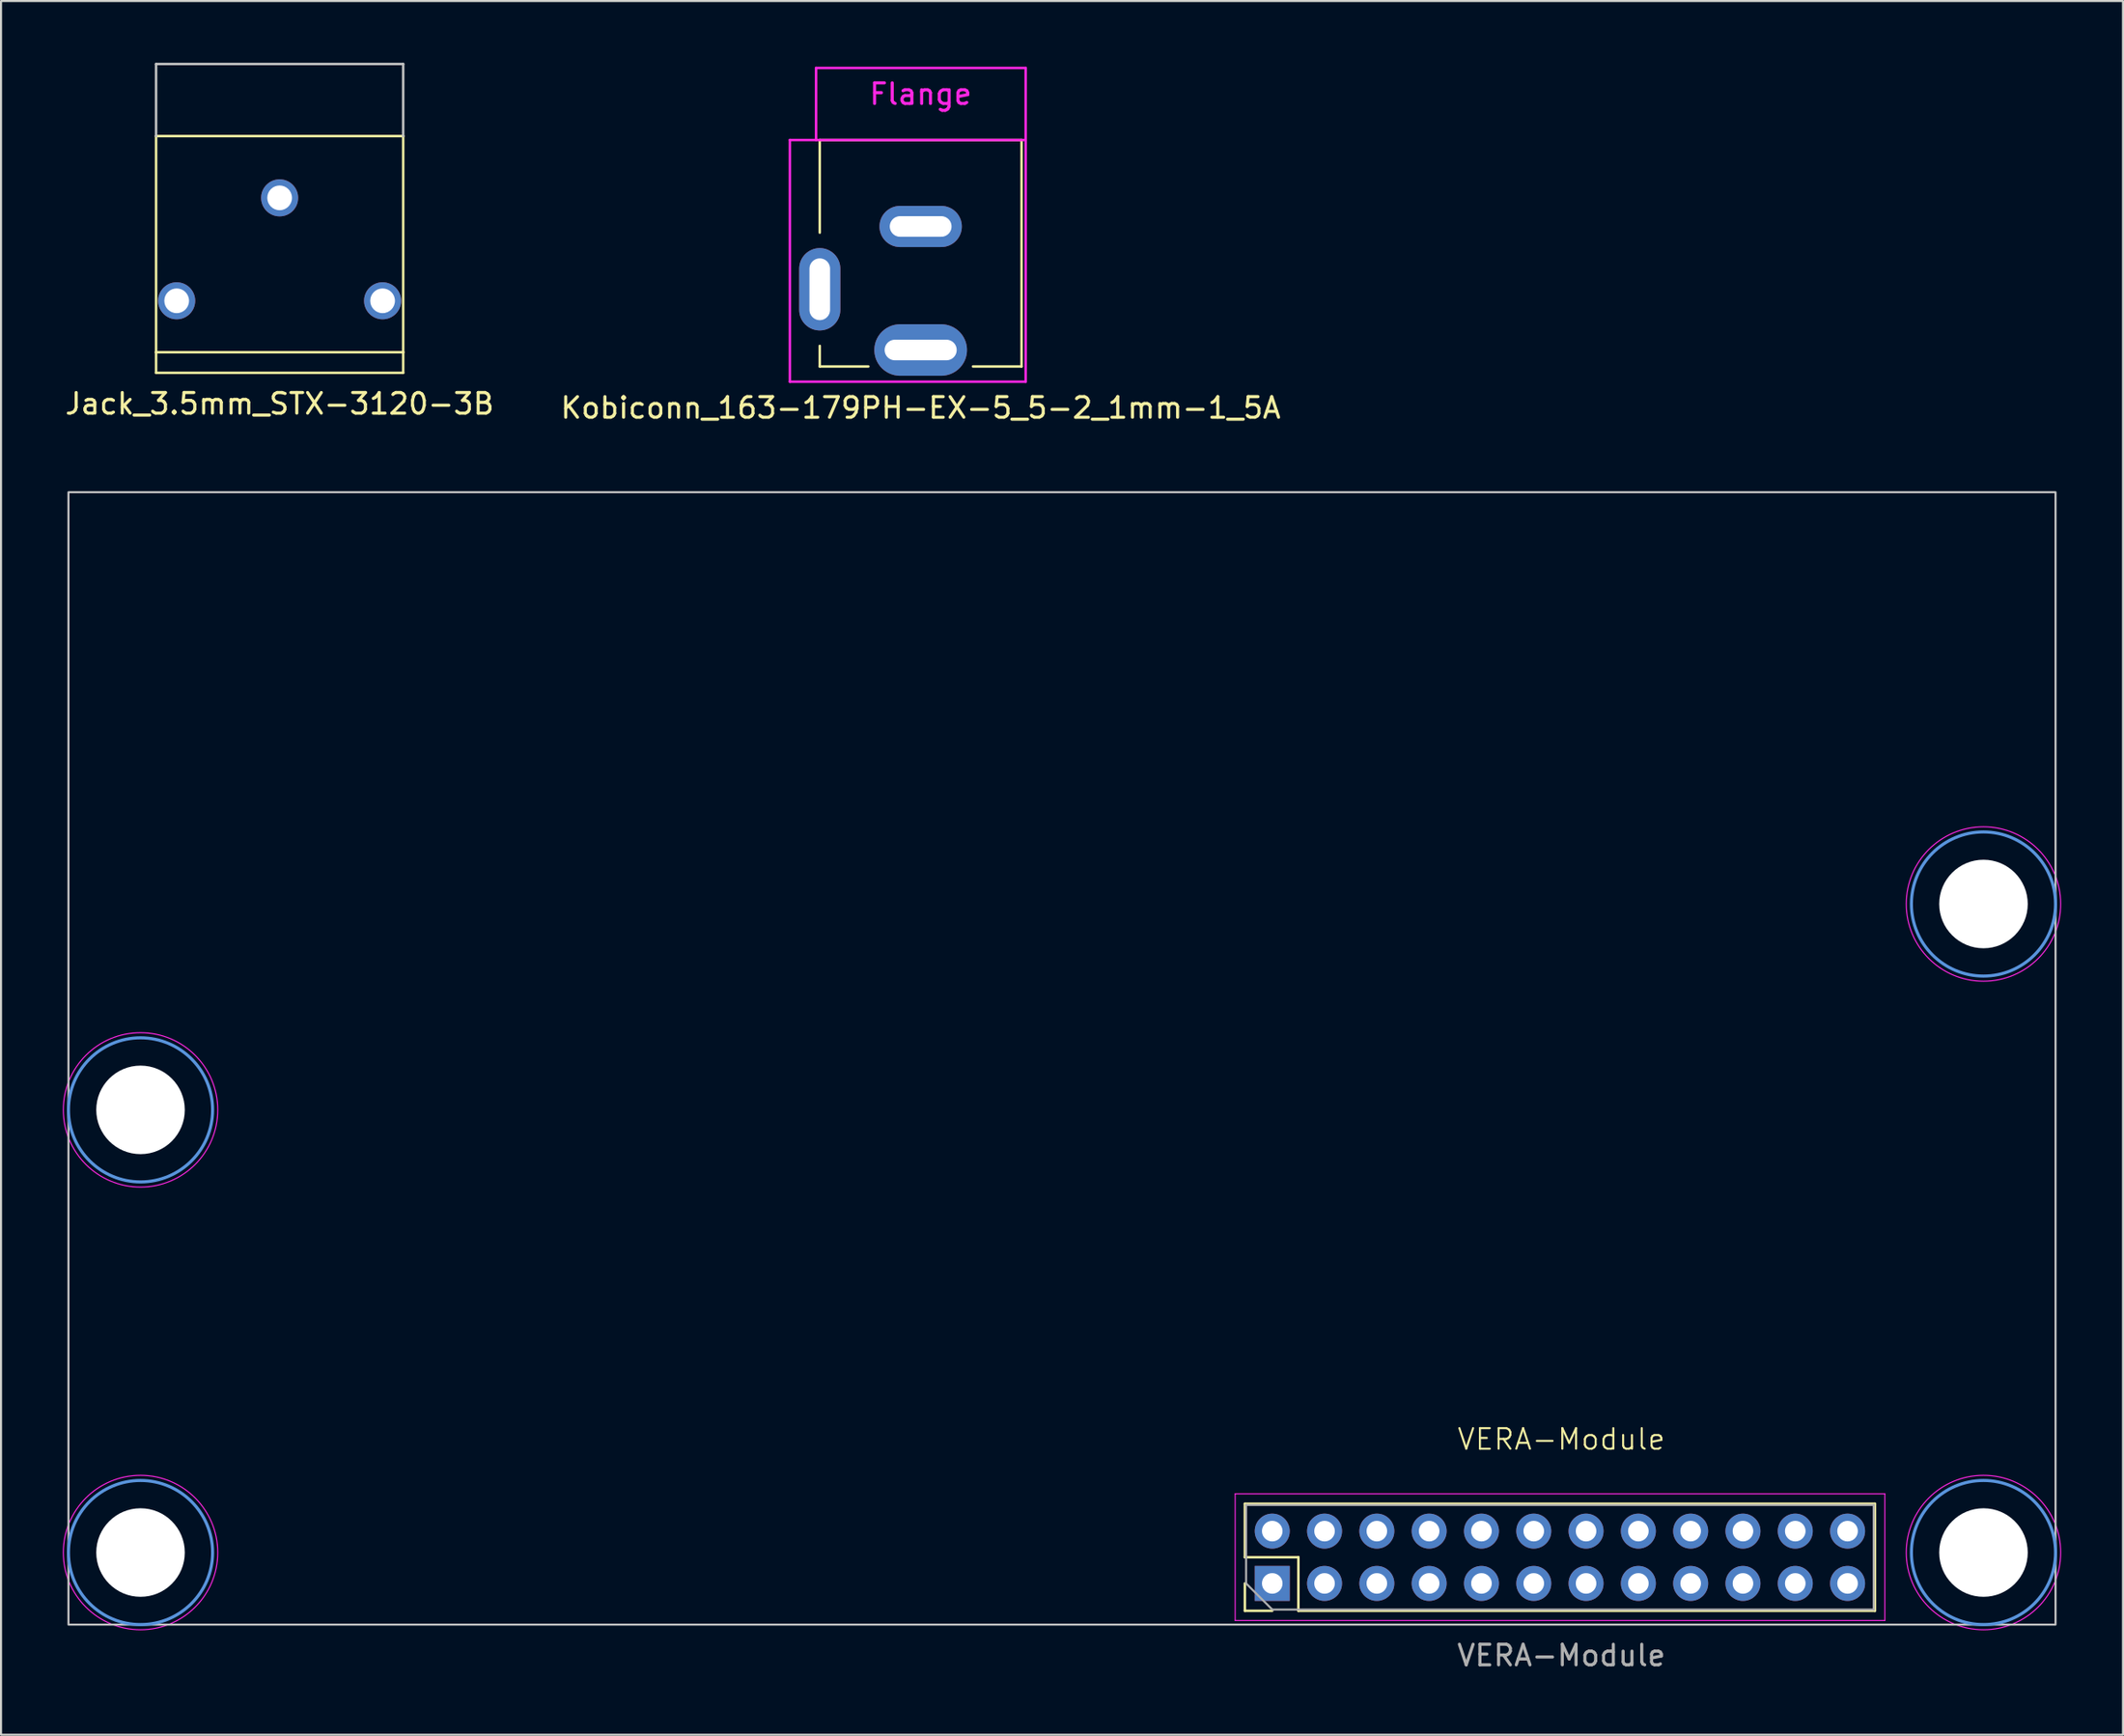
<source format=kicad_pcb>
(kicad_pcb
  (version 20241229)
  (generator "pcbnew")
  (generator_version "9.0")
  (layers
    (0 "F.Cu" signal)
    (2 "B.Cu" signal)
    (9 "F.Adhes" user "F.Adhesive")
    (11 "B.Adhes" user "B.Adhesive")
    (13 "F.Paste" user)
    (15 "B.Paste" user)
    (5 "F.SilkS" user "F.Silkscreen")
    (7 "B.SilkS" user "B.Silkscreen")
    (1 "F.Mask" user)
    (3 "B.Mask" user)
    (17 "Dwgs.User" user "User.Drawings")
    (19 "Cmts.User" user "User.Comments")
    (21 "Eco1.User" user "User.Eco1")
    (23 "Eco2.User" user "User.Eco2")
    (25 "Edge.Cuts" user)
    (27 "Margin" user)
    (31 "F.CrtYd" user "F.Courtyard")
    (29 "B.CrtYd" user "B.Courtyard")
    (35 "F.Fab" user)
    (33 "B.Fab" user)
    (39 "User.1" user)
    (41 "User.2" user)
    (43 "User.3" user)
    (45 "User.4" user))
  (footprint "Kobiconn_163-179PH-EX-5_5-2_1mm-1_5A"
    (layer "F.Cu")
    (at 41.661 0.25)
    (property "Reference" "Kobiconn_163-179PH-EX-5_5-2_1mm-1_5A" (at 0 16.51 0) (layer "F.SilkS") (effects (font (size 1 1) (thickness 0.15))))
    (attr through_hole)
    (fp_line (start -4.9 3.5) (end -4.9 8) (stroke (width 0.12) (type solid)) (layer "F.SilkS"))
    (fp_line (start -4.9 13.5) (end -4.9 14.5) (stroke (width 0.12) (type solid)) (layer "F.SilkS"))
    (fp_line (start -4.9 14.5) (end -2.54 14.5) (stroke (width 0.12) (type solid)) (layer "F.SilkS"))
    (fp_line (start 4.9 3.5) (end -4.9 3.5) (stroke (width 0.12) (type solid)) (layer "F.SilkS"))
    (fp_line (start 4.9 14.5) (end 2.54 14.5) (stroke (width 0.12) (type solid)) (layer "F.SilkS"))
    (fp_line (start 4.9 14.5) (end 4.9 3.5) (stroke (width 0.12) (type solid)) (layer "F.SilkS"))
    (fp_line (start -6.35 3.5) (end -6.35 15.24) (stroke (width 0.12) (type solid)) (layer "F.CrtYd"))
    (fp_line (start -6.35 15.24) (end 5.1 15.24) (stroke (width 0.12) (type solid)) (layer "F.CrtYd"))
    (fp_line (start -5.08 0) (end -5.08 3.5) (stroke (width 0.12) (type solid)) (layer "F.CrtYd"))
    (fp_line (start 5.1 0) (end -5.08 0) (stroke (width 0.12) (type solid)) (layer "F.CrtYd"))
    (fp_line (start 5.1 3.5) (end -6.35 3.5) (stroke (width 0.12) (type solid)) (layer "F.CrtYd"))
    (fp_line (start 5.1 15.24) (end 5.1 0) (stroke (width 0.12) (type solid)) (layer "F.CrtYd"))
    (fp_text user "Flange" (at 0 1.27 0) (layer "F.CrtYd") (effects (font (size 1 1) (thickness 0.15))))
    (pad "1" thru_hole oval (at 0 13.7) (size 4.5 2.5) (drill oval 3.5 1) (layers "*.Cu" "*.Mask"))
    (pad "2" thru_hole oval (at 0 7.7) (size 4 2) (drill oval 3 1) (layers "*.Cu" "*.Mask"))
    (pad "3" thru_hole oval (at -4.9 10.75 270) (size 4 2) (drill oval 3 1) (layers "*.Cu" "*.Mask")))
  (footprint "Jack_3.5mm_STX-3120-3B"
    (layer "F.Cu")
    (at 10.53 11.56)
    (property "Reference" "Jack_3.5mm_STX-3120-3B" (at 0 5 0) (layer "F.SilkS") (effects (font (size 1 1) (thickness 0.15))))
    (attr through_hole)
    (fp_line (start -6 -8) (end 6 -8) (stroke (width 0.12) (type solid)) (layer "F.SilkS"))
    (fp_line (start -6 2.5) (end -6 -8) (stroke (width 0.12) (type solid)) (layer "F.SilkS"))
    (fp_line (start -6 2.5) (end -6 3.5) (stroke (width 0.12) (type solid)) (layer "F.SilkS"))
    (fp_line (start -6 3.5) (end 6 3.5) (stroke (width 0.12) (type solid)) (layer "F.SilkS"))
    (fp_line (start 6 -8) (end 6 2.5) (stroke (width 0.12) (type solid)) (layer "F.SilkS"))
    (fp_line (start 6 2.5) (end -6 2.5) (stroke (width 0.12) (type solid)) (layer "F.SilkS"))
    (fp_line (start 6 3.5) (end 6 2.5) (stroke (width 0.12) (type solid)) (layer "F.SilkS"))
    (fp_line (start -6 -11.5) (end 6 -11.5) (stroke (width 0.12) (type solid)) (layer "Dwgs.User"))
    (fp_line (start -6 -8) (end -6 -11.5) (stroke (width 0.12) (type solid)) (layer "Dwgs.User"))
    (fp_line (start 6 -11.5) (end 6 -8) (stroke (width 0.12) (type solid)) (layer "Dwgs.User"))
    (pad "R" thru_hole circle (at 5 0) (size 1.8 1.8) (drill 1.2) (layers "*.Cu" "*.Mask"))
    (pad "S" thru_hole circle (at 0 -5) (size 1.8 1.8) (drill 1.2) (layers "*.Cu" "*.Mask"))
    (pad "T" thru_hole circle (at -5 0) (size 1.8 1.8) (drill 1.2) (layers "*.Cu" "*.Mask")))
  (footprint "VERA-Module"
    (layer "F.Cu")
    (at 0.275 20.858)
    (property "Reference" "VERA-Module" (at 72.5 46 0) (unlocked yes) (layer "F.SilkS") (effects (font (size 1 1) (thickness 0.1))))
    (attr through_hole)
    (fp_line (start 57.13 49.13) (end 87.73 49.13) (stroke (width 0.12) (type solid)) (layer "F.SilkS"))
    (fp_line (start 57.13 51.73) (end 57.13 49.13) (stroke (width 0.12) (type solid)) (layer "F.SilkS"))
    (fp_line (start 57.13 54.33) (end 57.13 53) (stroke (width 0.12) (type solid)) (layer "F.SilkS"))
    (fp_line (start 58.46 54.33) (end 57.13 54.33) (stroke (width 0.12) (type solid)) (layer "F.SilkS"))
    (fp_line (start 59.73 51.73) (end 57.13 51.73) (stroke (width 0.12) (type solid)) (layer "F.SilkS"))
    (fp_line (start 59.73 54.33) (end 59.73 51.73) (stroke (width 0.12) (type solid)) (layer "F.SilkS"))
    (fp_line (start 59.73 54.33) (end 87.73 54.33) (stroke (width 0.12) (type solid)) (layer "F.SilkS"))
    (fp_line (start 87.73 54.33) (end 87.73 49.13) (stroke (width 0.12) (type solid)) (layer "F.SilkS"))
    (fp_rect (start 0 0) (end 96.5 55) (stroke (width 0.1) (type default)) (fill no) (layer "Dwgs.User"))
    (fp_circle (center 3.5 30) (end 7 30) (stroke (width 0.15) (type solid)) (fill no) (layer "Cmts.User"))
    (fp_circle (center 3.5 51.5) (end 7 51.5) (stroke (width 0.15) (type solid)) (fill no) (layer "Cmts.User"))
    (fp_circle (center 93 20) (end 96.5 20) (stroke (width 0.15) (type solid)) (fill no) (layer "Cmts.User"))
    (fp_circle (center 93 51.5) (end 96.5 51.5) (stroke (width 0.15) (type solid)) (fill no) (layer "Cmts.User"))
    (fp_line (start 56.66 48.65) (end 56.66 54.8) (stroke (width 0.05) (type solid)) (layer "F.CrtYd"))
    (fp_line (start 56.66 54.8) (end 88.21 54.8) (stroke (width 0.05) (type solid)) (layer "F.CrtYd"))
    (fp_line (start 88.21 48.65) (end 56.66 48.65) (stroke (width 0.05) (type solid)) (layer "F.CrtYd"))
    (fp_line (start 88.21 54.8) (end 88.21 48.65) (stroke (width 0.05) (type solid)) (layer "F.CrtYd"))
    (fp_circle (center 3.5 30) (end 7.25 30) (stroke (width 0.05) (type solid)) (fill no) (layer "F.CrtYd"))
    (fp_circle (center 3.5 51.5) (end 7.25 51.5) (stroke (width 0.05) (type solid)) (fill no) (layer "F.CrtYd"))
    (fp_circle (center 93 20) (end 96.75 20) (stroke (width 0.05) (type solid)) (fill no) (layer "F.CrtYd"))
    (fp_circle (center 93 51.5) (end 96.75 51.5) (stroke (width 0.05) (type solid)) (fill no) (layer "F.CrtYd"))
    (fp_line (start 57.19 49.19) (end 87.67 49.19) (stroke (width 0.1) (type solid)) (layer "F.Fab"))
    (fp_line (start 57.19 53) (end 57.19 49.19) (stroke (width 0.1) (type solid)) (layer "F.Fab"))
    (fp_line (start 58.46 54.27) (end 57.19 53) (stroke (width 0.1) (type solid)) (layer "F.Fab"))
    (fp_line (start 87.67 49.19) (end 87.67 54.27) (stroke (width 0.1) (type solid)) (layer "F.Fab"))
    (fp_line (start 87.67 54.27) (end 58.46 54.27) (stroke (width 0.1) (type solid)) (layer "F.Fab"))
    (fp_text user "${REFERENCE}" (at 72.5 56.5 0) (unlocked yes) (layer "F.Fab") (effects (font (size 1 1) (thickness 0.15))))
    (pad "" np_thru_hole circle (at 3.5 30) (size 4.3 4.3) (drill 4.3) (layers "*.Cu" "*.Mask"))
    (pad "" np_thru_hole circle (at 3.5 51.5) (size 4.3 4.3) (drill 4.3) (layers "*.Cu" "*.Mask"))
    (pad "" np_thru_hole circle (at 93 20) (size 4.3 4.3) (drill 4.3) (layers "*.Cu" "*.Mask"))
    (pad "" np_thru_hole circle (at 93 51.5) (size 4.3 4.3) (drill 4.3) (layers "*.Cu" "*.Mask"))
    (pad "1" thru_hole rect (at 58.46 53 90) (size 1.7 1.7) (drill 1) (layers "*.Cu" "*.Mask"))
    (pad "2" thru_hole oval (at 58.46 50.46 90) (size 1.7 1.7) (drill 1) (layers "*.Cu" "*.Mask"))
    (pad "3" thru_hole oval (at 61 53 90) (size 1.7 1.7) (drill 1) (layers "*.Cu" "*.Mask"))
    (pad "4" thru_hole oval (at 61 50.46 90) (size 1.7 1.7) (drill 1) (layers "*.Cu" "*.Mask"))
    (pad "5" thru_hole oval (at 63.54 53 90) (size 1.7 1.7) (drill 1) (layers "*.Cu" "*.Mask"))
    (pad "6" thru_hole oval (at 63.54 50.46 90) (size 1.7 1.7) (drill 1) (layers "*.Cu" "*.Mask"))
    (pad "7" thru_hole oval (at 66.08 53 90) (size 1.7 1.7) (drill 1) (layers "*.Cu" "*.Mask"))
    (pad "8" thru_hole oval (at 66.08 50.46 90) (size 1.7 1.7) (drill 1) (layers "*.Cu" "*.Mask"))
    (pad "9" thru_hole oval (at 68.62 53 90) (size 1.7 1.7) (drill 1) (layers "*.Cu" "*.Mask"))
    (pad "10" thru_hole oval (at 68.62 50.46 90) (size 1.7 1.7) (drill 1) (layers "*.Cu" "*.Mask"))
    (pad "11" thru_hole oval (at 71.16 53 90) (size 1.7 1.7) (drill 1) (layers "*.Cu" "*.Mask"))
    (pad "12" thru_hole oval (at 71.16 50.46 90) (size 1.7 1.7) (drill 1) (layers "*.Cu" "*.Mask"))
    (pad "13" thru_hole oval (at 73.7 53 90) (size 1.7 1.7) (drill 1) (layers "*.Cu" "*.Mask"))
    (pad "14" thru_hole oval (at 73.7 50.46 90) (size 1.7 1.7) (drill 1) (layers "*.Cu" "*.Mask"))
    (pad "15" thru_hole oval (at 76.24 53 90) (size 1.7 1.7) (drill 1) (layers "*.Cu" "*.Mask"))
    (pad "16" thru_hole oval (at 76.24 50.46 90) (size 1.7 1.7) (drill 1) (layers "*.Cu" "*.Mask"))
    (pad "17" thru_hole oval (at 78.78 53 90) (size 1.7 1.7) (drill 1) (layers "*.Cu" "*.Mask"))
    (pad "18" thru_hole oval (at 78.78 50.46 90) (size 1.7 1.7) (drill 1) (layers "*.Cu" "*.Mask"))
    (pad "19" thru_hole oval (at 81.32 53 90) (size 1.7 1.7) (drill 1) (layers "*.Cu" "*.Mask"))
    (pad "20" thru_hole oval (at 81.32 50.46 90) (size 1.7 1.7) (drill 1) (layers "*.Cu" "*.Mask"))
    (pad "21" thru_hole oval (at 83.86 53 90) (size 1.7 1.7) (drill 1) (layers "*.Cu" "*.Mask"))
    (pad "22" thru_hole oval (at 83.86 50.46 90) (size 1.7 1.7) (drill 1) (layers "*.Cu" "*.Mask"))
    (pad "23" thru_hole oval (at 86.4 53 90) (size 1.7 1.7) (drill 1) (layers "*.Cu" "*.Mask"))
    (pad "24" thru_hole oval (at 86.4 50.46 90) (size 1.7 1.7) (drill 1) (layers "*.Cu" "*.Mask")))
  (gr_rect
    (start -3 -3)
    (end 100.05 81.207)
    (stroke (width 0.1) (type default))
    (fill no)
    (layer "Edge.Cuts")))
</source>
